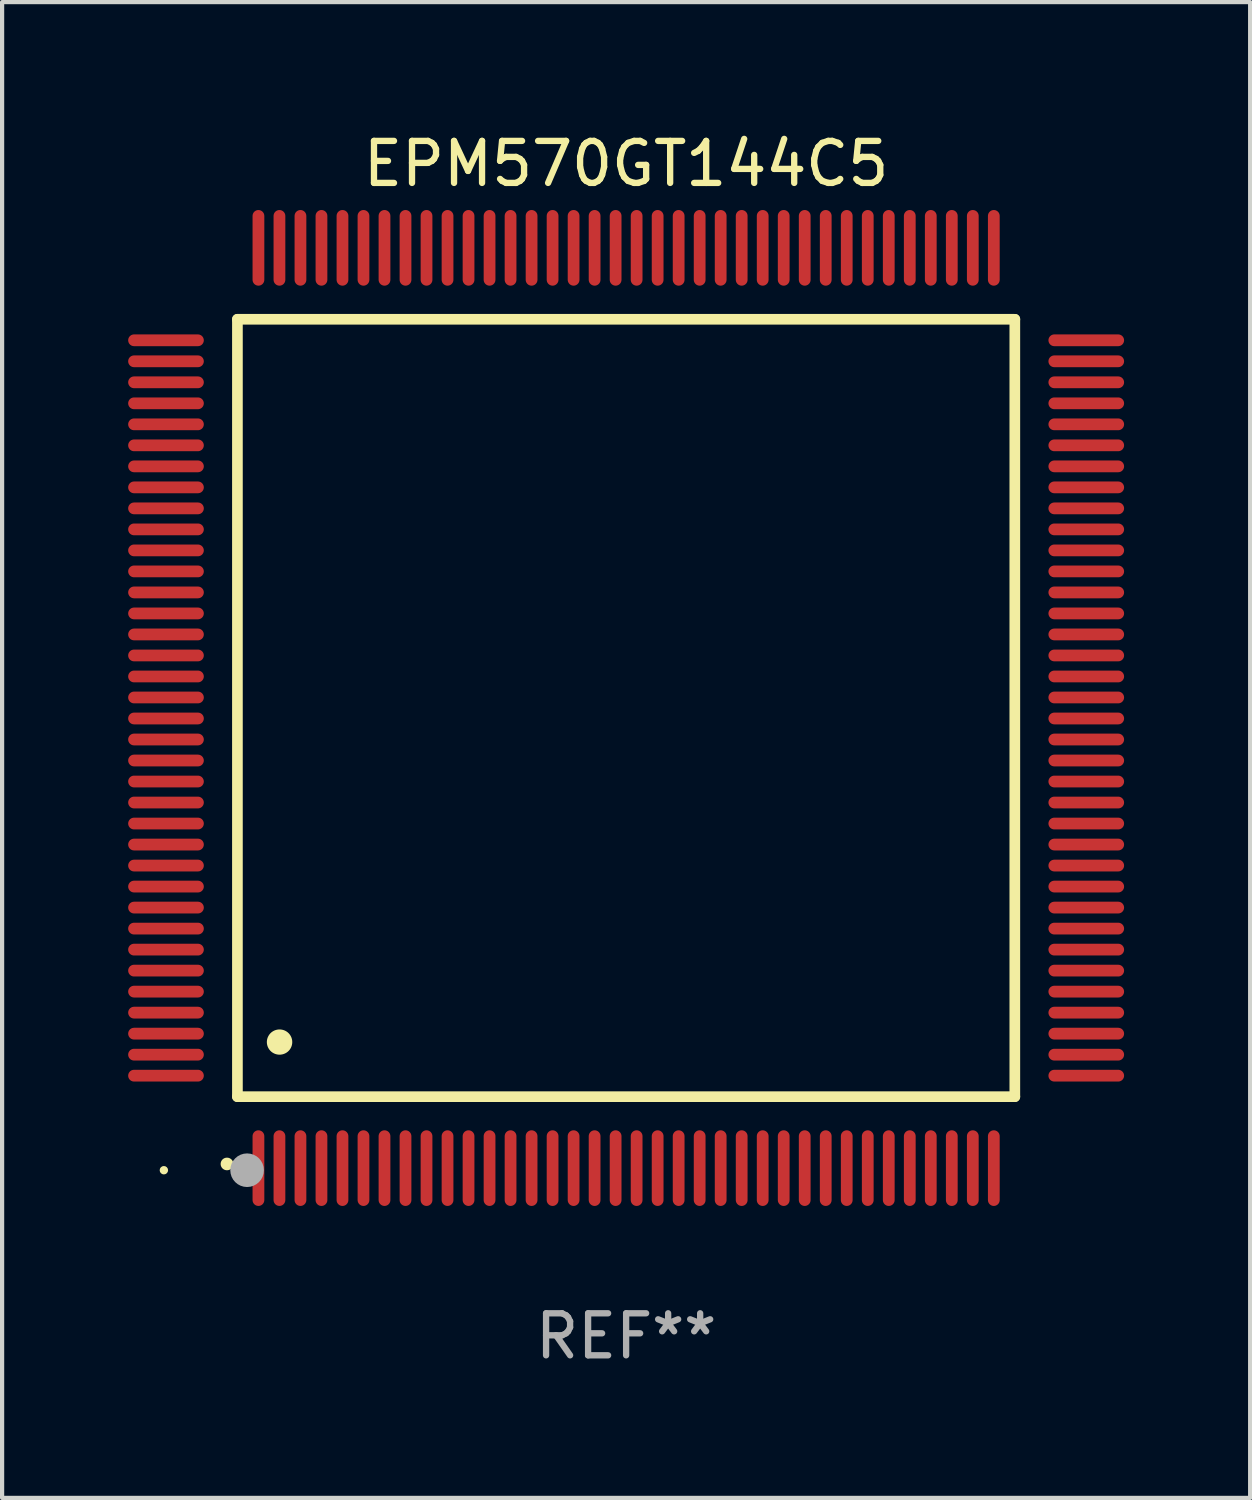
<source format=kicad_pcb>
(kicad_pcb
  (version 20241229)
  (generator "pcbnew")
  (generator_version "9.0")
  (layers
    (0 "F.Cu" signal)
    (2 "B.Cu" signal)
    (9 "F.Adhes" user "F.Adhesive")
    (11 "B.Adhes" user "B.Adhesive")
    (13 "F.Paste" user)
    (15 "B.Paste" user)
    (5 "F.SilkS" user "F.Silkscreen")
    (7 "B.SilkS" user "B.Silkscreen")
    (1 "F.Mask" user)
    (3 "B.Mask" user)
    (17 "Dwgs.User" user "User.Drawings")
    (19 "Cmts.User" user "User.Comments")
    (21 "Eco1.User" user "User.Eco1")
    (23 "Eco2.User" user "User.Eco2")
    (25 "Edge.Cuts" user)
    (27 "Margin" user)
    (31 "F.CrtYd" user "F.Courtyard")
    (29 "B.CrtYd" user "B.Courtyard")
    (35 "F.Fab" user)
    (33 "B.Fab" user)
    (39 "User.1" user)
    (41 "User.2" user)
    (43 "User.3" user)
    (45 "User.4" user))
  (footprint "EPM570GT144C5"
    (layer "F.Cu")
    (at 11.85 13.798)
    (property "Reference" "EPM570GT144C5" (at 0 -12.95 0) (layer "F.SilkS") (effects (font (size 1 1) (thickness 0.15))))
    (attr through_hole)
    (fp_line (start -9.25 -9.25) (end -9.25 9.25) (stroke (width 0.254) (type solid)) (layer "F.SilkS"))
    (fp_line (start -9.25 9.25) (end 9.25 9.25) (stroke (width 0.254) (type solid)) (layer "F.SilkS"))
    (fp_line (start 9.25 -9.25) (end -9.25 -9.25) (stroke (width 0.254) (type solid)) (layer "F.SilkS"))
    (fp_line (start 9.25 9.25) (end 9.25 -9.25) (stroke (width 0.254) (type solid)) (layer "F.SilkS"))
    (fp_arc (start -9.499619 10.850902) (mid -9.498349 10.850897) (end -9.497079 10.850902) (stroke (width 0.3) (type solid)) (layer "F.SilkS"))
    (fp_arc (start -8.249936 7.950216) (mid -8.247396 7.950205) (end -8.244856 7.950216) (stroke (width 0.6) (type solid)) (layer "F.SilkS"))
    (fp_circle (center -11 11) (end -10.95 11) (stroke (width 0.1) (type solid)) (fill no) (layer "F.SilkS"))
    (fp_circle (center -9.02 11) (end -8.82 11) (stroke (width 0.4) (type solid)) (fill no) (layer "F.Fab"))
    (fp_text user "REF**" (at 0 14.95 0) (layer "F.Fab") (effects (font (size 1 1) (thickness 0.15))))
    (pad "1" smd oval (at -8.75 10.95) (size 0.28 1.8) (layers "F.Cu" "F.Mask" "F.Paste"))
    (pad "2" smd oval (at -8.25 10.95) (size 0.28 1.8) (layers "F.Cu" "F.Mask" "F.Paste"))
    (pad "3" smd oval (at -7.75 10.95) (size 0.28 1.8) (layers "F.Cu" "F.Mask" "F.Paste"))
    (pad "4" smd oval (at -7.25 10.95) (size 0.28 1.8) (layers "F.Cu" "F.Mask" "F.Paste"))
    (pad "5" smd oval (at -6.75 10.95) (size 0.28 1.8) (layers "F.Cu" "F.Mask" "F.Paste"))
    (pad "6" smd oval (at -6.25 10.95) (size 0.28 1.8) (layers "F.Cu" "F.Mask" "F.Paste"))
    (pad "7" smd oval (at -5.75 10.95) (size 0.28 1.8) (layers "F.Cu" "F.Mask" "F.Paste"))
    (pad "8" smd oval (at -5.25 10.95) (size 0.28 1.8) (layers "F.Cu" "F.Mask" "F.Paste"))
    (pad "9" smd oval (at -4.75 10.95) (size 0.28 1.8) (layers "F.Cu" "F.Mask" "F.Paste"))
    (pad "10" smd oval (at -4.25 10.95) (size 0.28 1.8) (layers "F.Cu" "F.Mask" "F.Paste"))
    (pad "11" smd oval (at -3.75 10.95) (size 0.28 1.8) (layers "F.Cu" "F.Mask" "F.Paste"))
    (pad "12" smd oval (at -3.25 10.95) (size 0.28 1.8) (layers "F.Cu" "F.Mask" "F.Paste"))
    (pad "13" smd oval (at -2.75 10.95) (size 0.28 1.8) (layers "F.Cu" "F.Mask" "F.Paste"))
    (pad "14" smd oval (at -2.25 10.95) (size 0.28 1.8) (layers "F.Cu" "F.Mask" "F.Paste"))
    (pad "15" smd oval (at -1.75 10.95) (size 0.28 1.8) (layers "F.Cu" "F.Mask" "F.Paste"))
    (pad "16" smd oval (at -1.25 10.95) (size 0.28 1.8) (layers "F.Cu" "F.Mask" "F.Paste"))
    (pad "17" smd oval (at -0.75 10.95) (size 0.28 1.8) (layers "F.Cu" "F.Mask" "F.Paste"))
    (pad "18" smd oval (at -0.25 10.95) (size 0.28 1.8) (layers "F.Cu" "F.Mask" "F.Paste"))
    (pad "19" smd oval (at 0.25 10.95) (size 0.28 1.8) (layers "F.Cu" "F.Mask" "F.Paste"))
    (pad "20" smd oval (at 0.75 10.95) (size 0.28 1.8) (layers "F.Cu" "F.Mask" "F.Paste"))
    (pad "21" smd oval (at 1.25 10.95) (size 0.28 1.8) (layers "F.Cu" "F.Mask" "F.Paste"))
    (pad "22" smd oval (at 1.75 10.95) (size 0.28 1.8) (layers "F.Cu" "F.Mask" "F.Paste"))
    (pad "23" smd oval (at 2.25 10.95) (size 0.28 1.8) (layers "F.Cu" "F.Mask" "F.Paste"))
    (pad "24" smd oval (at 2.75 10.95) (size 0.28 1.8) (layers "F.Cu" "F.Mask" "F.Paste"))
    (pad "25" smd oval (at 3.25 10.95) (size 0.28 1.8) (layers "F.Cu" "F.Mask" "F.Paste"))
    (pad "26" smd oval (at 3.75 10.95) (size 0.28 1.8) (layers "F.Cu" "F.Mask" "F.Paste"))
    (pad "27" smd oval (at 4.25 10.95) (size 0.28 1.8) (layers "F.Cu" "F.Mask" "F.Paste"))
    (pad "28" smd oval (at 4.75 10.95) (size 0.28 1.8) (layers "F.Cu" "F.Mask" "F.Paste"))
    (pad "29" smd oval (at 5.25 10.95) (size 0.28 1.8) (layers "F.Cu" "F.Mask" "F.Paste"))
    (pad "30" smd oval (at 5.75 10.95) (size 0.28 1.8) (layers "F.Cu" "F.Mask" "F.Paste"))
    (pad "31" smd oval (at 6.25 10.95) (size 0.28 1.8) (layers "F.Cu" "F.Mask" "F.Paste"))
    (pad "32" smd oval (at 6.75 10.95) (size 0.28 1.8) (layers "F.Cu" "F.Mask" "F.Paste"))
    (pad "33" smd oval (at 7.25 10.95) (size 0.28 1.8) (layers "F.Cu" "F.Mask" "F.Paste"))
    (pad "34" smd oval (at 7.75 10.95) (size 0.28 1.8) (layers "F.Cu" "F.Mask" "F.Paste"))
    (pad "35" smd oval (at 8.25 10.95) (size 0.28 1.8) (layers "F.Cu" "F.Mask" "F.Paste"))
    (pad "36" smd oval (at 8.75 10.95) (size 0.28 1.8) (layers "F.Cu" "F.Mask" "F.Paste"))
    (pad "37" smd oval (at 10.95 8.75) (size 1.8 0.28) (layers "F.Cu" "F.Mask" "F.Paste"))
    (pad "38" smd oval (at 10.95 8.25) (size 1.8 0.28) (layers "F.Cu" "F.Mask" "F.Paste"))
    (pad "39" smd oval (at 10.95 7.75) (size 1.8 0.28) (layers "F.Cu" "F.Mask" "F.Paste"))
    (pad "40" smd oval (at 10.95 7.25) (size 1.8 0.28) (layers "F.Cu" "F.Mask" "F.Paste"))
    (pad "41" smd oval (at 10.95 6.75) (size 1.8 0.28) (layers "F.Cu" "F.Mask" "F.Paste"))
    (pad "42" smd oval (at 10.95 6.25) (size 1.8 0.28) (layers "F.Cu" "F.Mask" "F.Paste"))
    (pad "43" smd oval (at 10.95 5.75) (size 1.8 0.28) (layers "F.Cu" "F.Mask" "F.Paste"))
    (pad "44" smd oval (at 10.95 5.25) (size 1.8 0.28) (layers "F.Cu" "F.Mask" "F.Paste"))
    (pad "45" smd oval (at 10.95 4.75) (size 1.8 0.28) (layers "F.Cu" "F.Mask" "F.Paste"))
    (pad "46" smd oval (at 10.95 4.25) (size 1.8 0.28) (layers "F.Cu" "F.Mask" "F.Paste"))
    (pad "47" smd oval (at 10.95 3.75) (size 1.8 0.28) (layers "F.Cu" "F.Mask" "F.Paste"))
    (pad "48" smd oval (at 10.95 3.25) (size 1.8 0.28) (layers "F.Cu" "F.Mask" "F.Paste"))
    (pad "49" smd oval (at 10.95 2.75) (size 1.8 0.28) (layers "F.Cu" "F.Mask" "F.Paste"))
    (pad "50" smd oval (at 10.95 2.25) (size 1.8 0.28) (layers "F.Cu" "F.Mask" "F.Paste"))
    (pad "51" smd oval (at 10.95 1.75) (size 1.8 0.28) (layers "F.Cu" "F.Mask" "F.Paste"))
    (pad "52" smd oval (at 10.95 1.25) (size 1.8 0.28) (layers "F.Cu" "F.Mask" "F.Paste"))
    (pad "53" smd oval (at 10.95 0.75) (size 1.8 0.28) (layers "F.Cu" "F.Mask" "F.Paste"))
    (pad "54" smd oval (at 10.95 0.25) (size 1.8 0.28) (layers "F.Cu" "F.Mask" "F.Paste"))
    (pad "55" smd oval (at 10.95 -0.25) (size 1.8 0.28) (layers "F.Cu" "F.Mask" "F.Paste"))
    (pad "56" smd oval (at 10.95 -0.75) (size 1.8 0.28) (layers "F.Cu" "F.Mask" "F.Paste"))
    (pad "57" smd oval (at 10.95 -1.25) (size 1.8 0.28) (layers "F.Cu" "F.Mask" "F.Paste"))
    (pad "58" smd oval (at 10.95 -1.75) (size 1.8 0.28) (layers "F.Cu" "F.Mask" "F.Paste"))
    (pad "59" smd oval (at 10.95 -2.25) (size 1.8 0.28) (layers "F.Cu" "F.Mask" "F.Paste"))
    (pad "60" smd oval (at 10.95 -2.75) (size 1.8 0.28) (layers "F.Cu" "F.Mask" "F.Paste"))
    (pad "61" smd oval (at 10.95 -3.25) (size 1.8 0.28) (layers "F.Cu" "F.Mask" "F.Paste"))
    (pad "62" smd oval (at 10.95 -3.75) (size 1.8 0.28) (layers "F.Cu" "F.Mask" "F.Paste"))
    (pad "63" smd oval (at 10.95 -4.25) (size 1.8 0.28) (layers "F.Cu" "F.Mask" "F.Paste"))
    (pad "64" smd oval (at 10.95 -4.75) (size 1.8 0.28) (layers "F.Cu" "F.Mask" "F.Paste"))
    (pad "65" smd oval (at 10.95 -5.25) (size 1.8 0.28) (layers "F.Cu" "F.Mask" "F.Paste"))
    (pad "66" smd oval (at 10.95 -5.75) (size 1.8 0.28) (layers "F.Cu" "F.Mask" "F.Paste"))
    (pad "67" smd oval (at 10.95 -6.25) (size 1.8 0.28) (layers "F.Cu" "F.Mask" "F.Paste"))
    (pad "68" smd oval (at 10.95 -6.75) (size 1.8 0.28) (layers "F.Cu" "F.Mask" "F.Paste"))
    (pad "69" smd oval (at 10.95 -7.25) (size 1.8 0.28) (layers "F.Cu" "F.Mask" "F.Paste"))
    (pad "70" smd oval (at 10.95 -7.75) (size 1.8 0.28) (layers "F.Cu" "F.Mask" "F.Paste"))
    (pad "71" smd oval (at 10.95 -8.25) (size 1.8 0.28) (layers "F.Cu" "F.Mask" "F.Paste"))
    (pad "72" smd oval (at 10.95 -8.75) (size 1.8 0.28) (layers "F.Cu" "F.Mask" "F.Paste"))
    (pad "73" smd oval (at 8.75 -10.95) (size 0.28 1.8) (layers "F.Cu" "F.Mask" "F.Paste"))
    (pad "74" smd oval (at 8.25 -10.95) (size 0.28 1.8) (layers "F.Cu" "F.Mask" "F.Paste"))
    (pad "75" smd oval (at 7.75 -10.95) (size 0.28 1.8) (layers "F.Cu" "F.Mask" "F.Paste"))
    (pad "76" smd oval (at 7.25 -10.95) (size 0.28 1.8) (layers "F.Cu" "F.Mask" "F.Paste"))
    (pad "77" smd oval (at 6.75 -10.95) (size 0.28 1.8) (layers "F.Cu" "F.Mask" "F.Paste"))
    (pad "78" smd oval (at 6.25 -10.95) (size 0.28 1.8) (layers "F.Cu" "F.Mask" "F.Paste"))
    (pad "79" smd oval (at 5.75 -10.95) (size 0.28 1.8) (layers "F.Cu" "F.Mask" "F.Paste"))
    (pad "80" smd oval (at 5.25 -10.95) (size 0.28 1.8) (layers "F.Cu" "F.Mask" "F.Paste"))
    (pad "81" smd oval (at 4.75 -10.95) (size 0.28 1.8) (layers "F.Cu" "F.Mask" "F.Paste"))
    (pad "82" smd oval (at 4.25 -10.95) (size 0.28 1.8) (layers "F.Cu" "F.Mask" "F.Paste"))
    (pad "83" smd oval (at 3.75 -10.95) (size 0.28 1.8) (layers "F.Cu" "F.Mask" "F.Paste"))
    (pad "84" smd oval (at 3.25 -10.95) (size 0.28 1.8) (layers "F.Cu" "F.Mask" "F.Paste"))
    (pad "85" smd oval (at 2.75 -10.95) (size 0.28 1.8) (layers "F.Cu" "F.Mask" "F.Paste"))
    (pad "86" smd oval (at 2.25 -10.95) (size 0.28 1.8) (layers "F.Cu" "F.Mask" "F.Paste"))
    (pad "87" smd oval (at 1.75 -10.95) (size 0.28 1.8) (layers "F.Cu" "F.Mask" "F.Paste"))
    (pad "88" smd oval (at 1.25 -10.95) (size 0.28 1.8) (layers "F.Cu" "F.Mask" "F.Paste"))
    (pad "89" smd oval (at 0.75 -10.95) (size 0.28 1.8) (layers "F.Cu" "F.Mask" "F.Paste"))
    (pad "90" smd oval (at 0.25 -10.95) (size 0.28 1.8) (layers "F.Cu" "F.Mask" "F.Paste"))
    (pad "91" smd oval (at -0.25 -10.95) (size 0.28 1.8) (layers "F.Cu" "F.Mask" "F.Paste"))
    (pad "92" smd oval (at -0.75 -10.95) (size 0.28 1.8) (layers "F.Cu" "F.Mask" "F.Paste"))
    (pad "93" smd oval (at -1.25 -10.95) (size 0.28 1.8) (layers "F.Cu" "F.Mask" "F.Paste"))
    (pad "94" smd oval (at -1.75 -10.95) (size 0.28 1.8) (layers "F.Cu" "F.Mask" "F.Paste"))
    (pad "95" smd oval (at -2.25 -10.95) (size 0.28 1.8) (layers "F.Cu" "F.Mask" "F.Paste"))
    (pad "96" smd oval (at -2.75 -10.95) (size 0.28 1.8) (layers "F.Cu" "F.Mask" "F.Paste"))
    (pad "97" smd oval (at -3.25 -10.95) (size 0.28 1.8) (layers "F.Cu" "F.Mask" "F.Paste"))
    (pad "98" smd oval (at -3.75 -10.95) (size 0.28 1.8) (layers "F.Cu" "F.Mask" "F.Paste"))
    (pad "99" smd oval (at -4.25 -10.95) (size 0.28 1.8) (layers "F.Cu" "F.Mask" "F.Paste"))
    (pad "100" smd oval (at -4.75 -10.95) (size 0.28 1.8) (layers "F.Cu" "F.Mask" "F.Paste"))
    (pad "101" smd oval (at -5.25 -10.95) (size 0.28 1.8) (layers "F.Cu" "F.Mask" "F.Paste"))
    (pad "102" smd oval (at -5.75 -10.95) (size 0.28 1.8) (layers "F.Cu" "F.Mask" "F.Paste"))
    (pad "103" smd oval (at -6.25 -10.95) (size 0.28 1.8) (layers "F.Cu" "F.Mask" "F.Paste"))
    (pad "104" smd oval (at -6.75 -10.95) (size 0.28 1.8) (layers "F.Cu" "F.Mask" "F.Paste"))
    (pad "105" smd oval (at -7.25 -10.95) (size 0.28 1.8) (layers "F.Cu" "F.Mask" "F.Paste"))
    (pad "106" smd oval (at -7.75 -10.95) (size 0.28 1.8) (layers "F.Cu" "F.Mask" "F.Paste"))
    (pad "107" smd oval (at -8.25 -10.95) (size 0.28 1.8) (layers "F.Cu" "F.Mask" "F.Paste"))
    (pad "108" smd oval (at -8.75 -10.95) (size 0.28 1.8) (layers "F.Cu" "F.Mask" "F.Paste"))
    (pad "109" smd oval (at -10.95 -8.75) (size 1.8 0.28) (layers "F.Cu" "F.Mask" "F.Paste"))
    (pad "110" smd oval (at -10.95 -8.25) (size 1.8 0.28) (layers "F.Cu" "F.Mask" "F.Paste"))
    (pad "111" smd oval (at -10.95 -7.75) (size 1.8 0.28) (layers "F.Cu" "F.Mask" "F.Paste"))
    (pad "112" smd oval (at -10.95 -7.25) (size 1.8 0.28) (layers "F.Cu" "F.Mask" "F.Paste"))
    (pad "113" smd oval (at -10.95 -6.75) (size 1.8 0.28) (layers "F.Cu" "F.Mask" "F.Paste"))
    (pad "114" smd oval (at -10.95 -6.25) (size 1.8 0.28) (layers "F.Cu" "F.Mask" "F.Paste"))
    (pad "115" smd oval (at -10.95 -5.75) (size 1.8 0.28) (layers "F.Cu" "F.Mask" "F.Paste"))
    (pad "116" smd oval (at -10.95 -5.25) (size 1.8 0.28) (layers "F.Cu" "F.Mask" "F.Paste"))
    (pad "117" smd oval (at -10.95 -4.75) (size 1.8 0.28) (layers "F.Cu" "F.Mask" "F.Paste"))
    (pad "118" smd oval (at -10.95 -4.25) (size 1.8 0.28) (layers "F.Cu" "F.Mask" "F.Paste"))
    (pad "119" smd oval (at -10.95 -3.75) (size 1.8 0.28) (layers "F.Cu" "F.Mask" "F.Paste"))
    (pad "120" smd oval (at -10.95 -3.25) (size 1.8 0.28) (layers "F.Cu" "F.Mask" "F.Paste"))
    (pad "121" smd oval (at -10.95 -2.75) (size 1.8 0.28) (layers "F.Cu" "F.Mask" "F.Paste"))
    (pad "122" smd oval (at -10.95 -2.25) (size 1.8 0.28) (layers "F.Cu" "F.Mask" "F.Paste"))
    (pad "123" smd oval (at -10.95 -1.75) (size 1.8 0.28) (layers "F.Cu" "F.Mask" "F.Paste"))
    (pad "124" smd oval (at -10.95 -1.25) (size 1.8 0.28) (layers "F.Cu" "F.Mask" "F.Paste"))
    (pad "125" smd oval (at -10.95 -0.75) (size 1.8 0.28) (layers "F.Cu" "F.Mask" "F.Paste"))
    (pad "126" smd oval (at -10.95 -0.25) (size 1.8 0.28) (layers "F.Cu" "F.Mask" "F.Paste"))
    (pad "127" smd oval (at -10.95 0.25) (size 1.8 0.28) (layers "F.Cu" "F.Mask" "F.Paste"))
    (pad "128" smd oval (at -10.95 0.75) (size 1.8 0.28) (layers "F.Cu" "F.Mask" "F.Paste"))
    (pad "129" smd oval (at -10.95 1.25) (size 1.8 0.28) (layers "F.Cu" "F.Mask" "F.Paste"))
    (pad "130" smd oval (at -10.95 1.75) (size 1.8 0.28) (layers "F.Cu" "F.Mask" "F.Paste"))
    (pad "131" smd oval (at -10.95 2.25) (size 1.8 0.28) (layers "F.Cu" "F.Mask" "F.Paste"))
    (pad "132" smd oval (at -10.95 2.75) (size 1.8 0.28) (layers "F.Cu" "F.Mask" "F.Paste"))
    (pad "133" smd oval (at -10.95 3.25) (size 1.8 0.28) (layers "F.Cu" "F.Mask" "F.Paste"))
    (pad "134" smd oval (at -10.95 3.75) (size 1.8 0.28) (layers "F.Cu" "F.Mask" "F.Paste"))
    (pad "135" smd oval (at -10.95 4.25) (size 1.8 0.28) (layers "F.Cu" "F.Mask" "F.Paste"))
    (pad "136" smd oval (at -10.95 4.75) (size 1.8 0.28) (layers "F.Cu" "F.Mask" "F.Paste"))
    (pad "137" smd oval (at -10.95 5.25) (size 1.8 0.28) (layers "F.Cu" "F.Mask" "F.Paste"))
    (pad "138" smd oval (at -10.95 5.75) (size 1.8 0.28) (layers "F.Cu" "F.Mask" "F.Paste"))
    (pad "139" smd oval (at -10.95 6.25) (size 1.8 0.28) (layers "F.Cu" "F.Mask" "F.Paste"))
    (pad "140" smd oval (at -10.95 6.75) (size 1.8 0.28) (layers "F.Cu" "F.Mask" "F.Paste"))
    (pad "141" smd oval (at -10.95 7.25) (size 1.8 0.28) (layers "F.Cu" "F.Mask" "F.Paste"))
    (pad "142" smd oval (at -10.95 7.75) (size 1.8 0.28) (layers "F.Cu" "F.Mask" "F.Paste"))
    (pad "143" smd oval (at -10.95 8.25) (size 1.8 0.28) (layers "F.Cu" "F.Mask" "F.Paste"))
    (pad "144" smd oval (at -10.95 8.75) (size 1.8 0.28) (layers "F.Cu" "F.Mask" "F.Paste")))
  (gr_rect
    (start -3 -3)
    (end 26.7 32.596)
    (stroke (width 0.1) (type default))
    (fill no)
    (layer "Edge.Cuts")))
</source>
